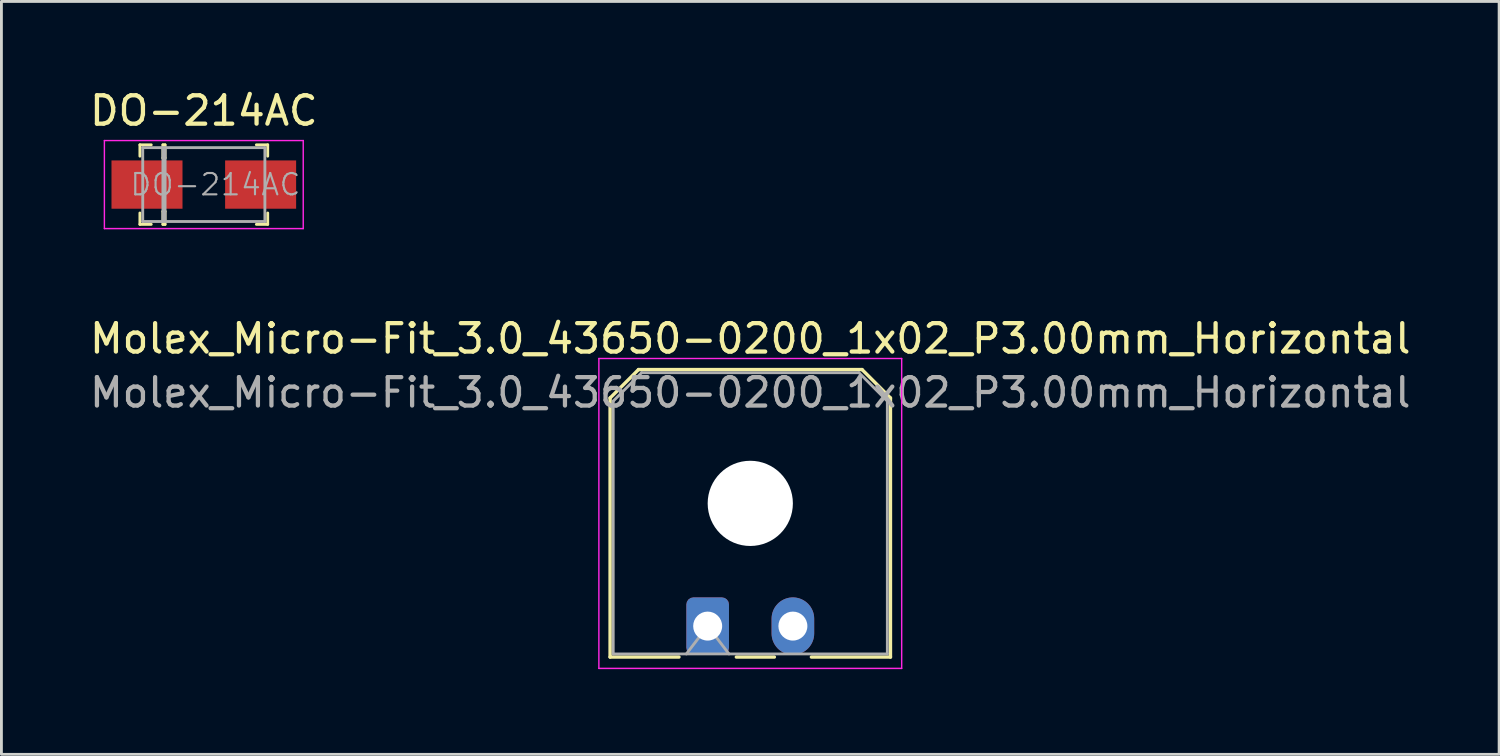
<source format=kicad_pcb>
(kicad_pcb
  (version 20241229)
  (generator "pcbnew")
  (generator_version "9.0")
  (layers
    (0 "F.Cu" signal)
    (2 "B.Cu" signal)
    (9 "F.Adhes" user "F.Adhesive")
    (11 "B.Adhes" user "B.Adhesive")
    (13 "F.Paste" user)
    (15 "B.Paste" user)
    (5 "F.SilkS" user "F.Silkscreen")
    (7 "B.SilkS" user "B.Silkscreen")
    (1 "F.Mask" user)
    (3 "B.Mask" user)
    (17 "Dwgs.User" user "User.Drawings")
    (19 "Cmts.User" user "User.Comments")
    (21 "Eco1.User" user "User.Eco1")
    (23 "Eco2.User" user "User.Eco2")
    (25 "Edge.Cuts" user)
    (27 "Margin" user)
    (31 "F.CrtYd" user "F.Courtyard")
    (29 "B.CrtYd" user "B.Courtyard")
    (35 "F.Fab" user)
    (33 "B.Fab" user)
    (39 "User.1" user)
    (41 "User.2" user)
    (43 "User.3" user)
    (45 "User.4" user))
  (footprint "DO-214AC"
    (layer "F.Cu")
    (at 4.125 3.448)
    (property "Reference" "DO-214AC" (at 0 -2.6 0) (layer "F.SilkS") (effects (font (size 1 1) (thickness 0.15))))
    (attr smd)
    (fp_line (start -2.25 -1.4) (end -2.25 -1) (stroke (width 0.1) (type solid)) (layer "F.SilkS"))
    (fp_line (start -2.25 -1.4) (end -1.85 -1.4) (stroke (width 0.1) (type solid)) (layer "F.SilkS"))
    (fp_line (start -2.25 1.4) (end -2.25 1) (stroke (width 0.1) (type solid)) (layer "F.SilkS"))
    (fp_line (start -2.25 1.4) (end -1.85 1.4) (stroke (width 0.1) (type solid)) (layer "F.SilkS"))
    (fp_line (start -1.44 -1.4) (end -1.44 -0.935) (stroke (width 0.1) (type solid)) (layer "F.SilkS"))
    (fp_line (start -1.44 -0.935) (end -1.364 -0.935) (stroke (width 0.1) (type solid)) (layer "F.SilkS"))
    (fp_line (start -1.44 0.942) (end -1.364 0.942) (stroke (width 0.1) (type solid)) (layer "F.SilkS"))
    (fp_line (start -1.44 1.402) (end -1.44 0.942) (stroke (width 0.1) (type solid)) (layer "F.SilkS"))
    (fp_line (start -1.364 -1.4) (end -1.44 -1.4) (stroke (width 0.1) (type solid)) (layer "F.SilkS"))
    (fp_line (start -1.364 -0.935) (end -1.364 -1.4) (stroke (width 0.1) (type solid)) (layer "F.SilkS"))
    (fp_line (start -1.364 0.942) (end -1.364 1.402) (stroke (width 0.1) (type solid)) (layer "F.SilkS"))
    (fp_line (start -1.364 1.402) (end -1.44 1.402) (stroke (width 0.1) (type solid)) (layer "F.SilkS"))
    (fp_line (start 2.25 -1.4) (end 1.85 -1.4) (stroke (width 0.1) (type solid)) (layer "F.SilkS"))
    (fp_line (start 2.25 -1.4) (end 2.25 -1) (stroke (width 0.1) (type solid)) (layer "F.SilkS"))
    (fp_line (start 2.25 1.4) (end 1.85 1.4) (stroke (width 0.1) (type solid)) (layer "F.SilkS"))
    (fp_line (start 2.25 1.4) (end 2.25 1) (stroke (width 0.1) (type solid)) (layer "F.SilkS"))
    (fp_line (start -3.5 -1.55) (end -3.5 1.55) (stroke (width 0.05) (type solid)) (layer "F.CrtYd"))
    (fp_line (start -3.5 -1.55) (end 3.5 -1.55) (stroke (width 0.05) (type solid)) (layer "F.CrtYd"))
    (fp_line (start -3.5 1.55) (end 3.5 1.55) (stroke (width 0.05) (type solid)) (layer "F.CrtYd"))
    (fp_line (start 3.5 -1.55) (end 3.5 1.55) (stroke (width 0.05) (type solid)) (layer "F.CrtYd"))
    (fp_line (start -2.15 -1.3) (end -2.15 1.3) (stroke (width 0.1) (type solid)) (layer "F.Fab"))
    (fp_line (start -2.15 -1.3) (end 2.15 -1.3) (stroke (width 0.1) (type solid)) (layer "F.Fab"))
    (fp_line (start -2.15 1.3) (end 2.15 1.3) (stroke (width 0.1) (type solid)) (layer "F.Fab"))
    (fp_line (start -1.44 -1.3) (end -1.44 1.3) (stroke (width 0.1) (type solid)) (layer "F.Fab"))
    (fp_line (start -1.44 1.3) (end -1.364 1.3) (stroke (width 0.1) (type solid)) (layer "F.Fab"))
    (fp_line (start -1.364 1.3) (end -1.361 -1.3) (stroke (width 0.1) (type solid)) (layer "F.Fab"))
    (fp_line (start -1.361 -1.3) (end -1.44 -1.3) (stroke (width 0.1) (type solid)) (layer "F.Fab"))
    (fp_line (start 2.15 -1.3) (end 2.15 1.3) (stroke (width 0.1) (type solid)) (layer "F.Fab"))
    (fp_text user "${REFERENCE}" (at 0.409 0 0) (layer "F.Fab") (effects (font (size 0.75 0.75) (thickness 0.075))))
    (pad "A" smd rect (at 2 0) (size 2.5 1.7) (layers "F.Cu" "F.Mask" "F.Paste"))
    (pad "K" smd rect (at -2 0) (size 2.5 1.7) (layers "F.Cu" "F.Mask" "F.Paste")))
  (footprint "Molex_Micro-Fit_3.0_43650-0200_1x02_P3.00mm_Horizontal"
    (layer "F.Cu")
    (at 21.863 18.991)
    (property "Reference" "Molex_Micro-Fit_3.0_43650-0200_1x02_P3.00mm_Horizontal" (at 1.5 -10.12 0) (layer "F.SilkS") (effects (font (size 1 1) (thickness 0.15))))
    (attr through_hole)
    (fp_line (start -3.435 -8.03) (end -2.435 -9.03) (stroke (width 0.12) (type solid)) (layer "F.SilkS"))
    (fp_line (start -3.435 1.09) (end -3.435 -8.03) (stroke (width 0.12) (type solid)) (layer "F.SilkS"))
    (fp_line (start -3.435 1.09) (end -1.01 1.09) (stroke (width 0.12) (type solid)) (layer "F.SilkS"))
    (fp_line (start -2.435 -9.03) (end 5.435 -9.03) (stroke (width 0.12) (type solid)) (layer "F.SilkS"))
    (fp_line (start 1.01 1.09) (end 2.348 1.09) (stroke (width 0.12) (type solid)) (layer "F.SilkS"))
    (fp_line (start 5.435 -9.03) (end 6.435 -8.03) (stroke (width 0.12) (type solid)) (layer "F.SilkS"))
    (fp_line (start 6.435 -8.03) (end 6.435 1.09) (stroke (width 0.12) (type solid)) (layer "F.SilkS"))
    (fp_line (start 6.435 1.09) (end 3.652 1.09) (stroke (width 0.12) (type solid)) (layer "F.SilkS"))
    (fp_line (start -3.83 -9.42) (end 6.83 -9.42) (stroke (width 0.05) (type solid)) (layer "F.CrtYd"))
    (fp_line (start -3.83 1.49) (end -3.83 -9.42) (stroke (width 0.05) (type solid)) (layer "F.CrtYd"))
    (fp_line (start 6.83 -9.42) (end 6.83 1.49) (stroke (width 0.05) (type solid)) (layer "F.CrtYd"))
    (fp_line (start 6.83 1.49) (end -3.83 1.49) (stroke (width 0.05) (type solid)) (layer "F.CrtYd"))
    (fp_line (start -3.325 -7.92) (end -2.325 -8.92) (stroke (width 0.1) (type solid)) (layer "F.Fab"))
    (fp_line (start -3.325 0.98) (end -3.325 -7.92) (stroke (width 0.1) (type solid)) (layer "F.Fab"))
    (fp_line (start -2.325 -8.92) (end 5.325 -8.92) (stroke (width 0.1) (type solid)) (layer "F.Fab"))
    (fp_line (start -0.75 0.98) (end 0 0) (stroke (width 0.1) (type solid)) (layer "F.Fab"))
    (fp_line (start 0 0) (end 0.75 0.98) (stroke (width 0.1) (type solid)) (layer "F.Fab"))
    (fp_line (start 5.325 -8.92) (end 6.325 -7.92) (stroke (width 0.1) (type solid)) (layer "F.Fab"))
    (fp_line (start 6.325 -7.92) (end 6.325 0.98) (stroke (width 0.1) (type solid)) (layer "F.Fab"))
    (fp_line (start 6.325 0.98) (end -3.325 0.98) (stroke (width 0.1) (type solid)) (layer "F.Fab"))
    (fp_text user "${REFERENCE}" (at 1.5 -8.22 0) (layer "F.Fab") (effects (font (size 1 1) (thickness 0.15))))
    (pad "" np_thru_hole circle (at 1.5 -4.32) (size 3 3) (drill 3) (layers "*.Cu" "*.Mask"))
    (pad "1" thru_hole roundrect (at 0 0) (size 1.5 2.02) (drill 1.02) (layers "*.Cu" "*.Mask") (roundrect_rratio 0.167))
    (pad "2" thru_hole oval (at 3 0) (size 1.5 2.02) (drill 1.02) (layers "*.Cu" "*.Mask")))
  (gr_rect
    (start -3 -3)
    (end 49.726 23.506)
    (stroke (width 0.1) (type default))
    (fill no)
    (layer "Edge.Cuts")))
</source>
